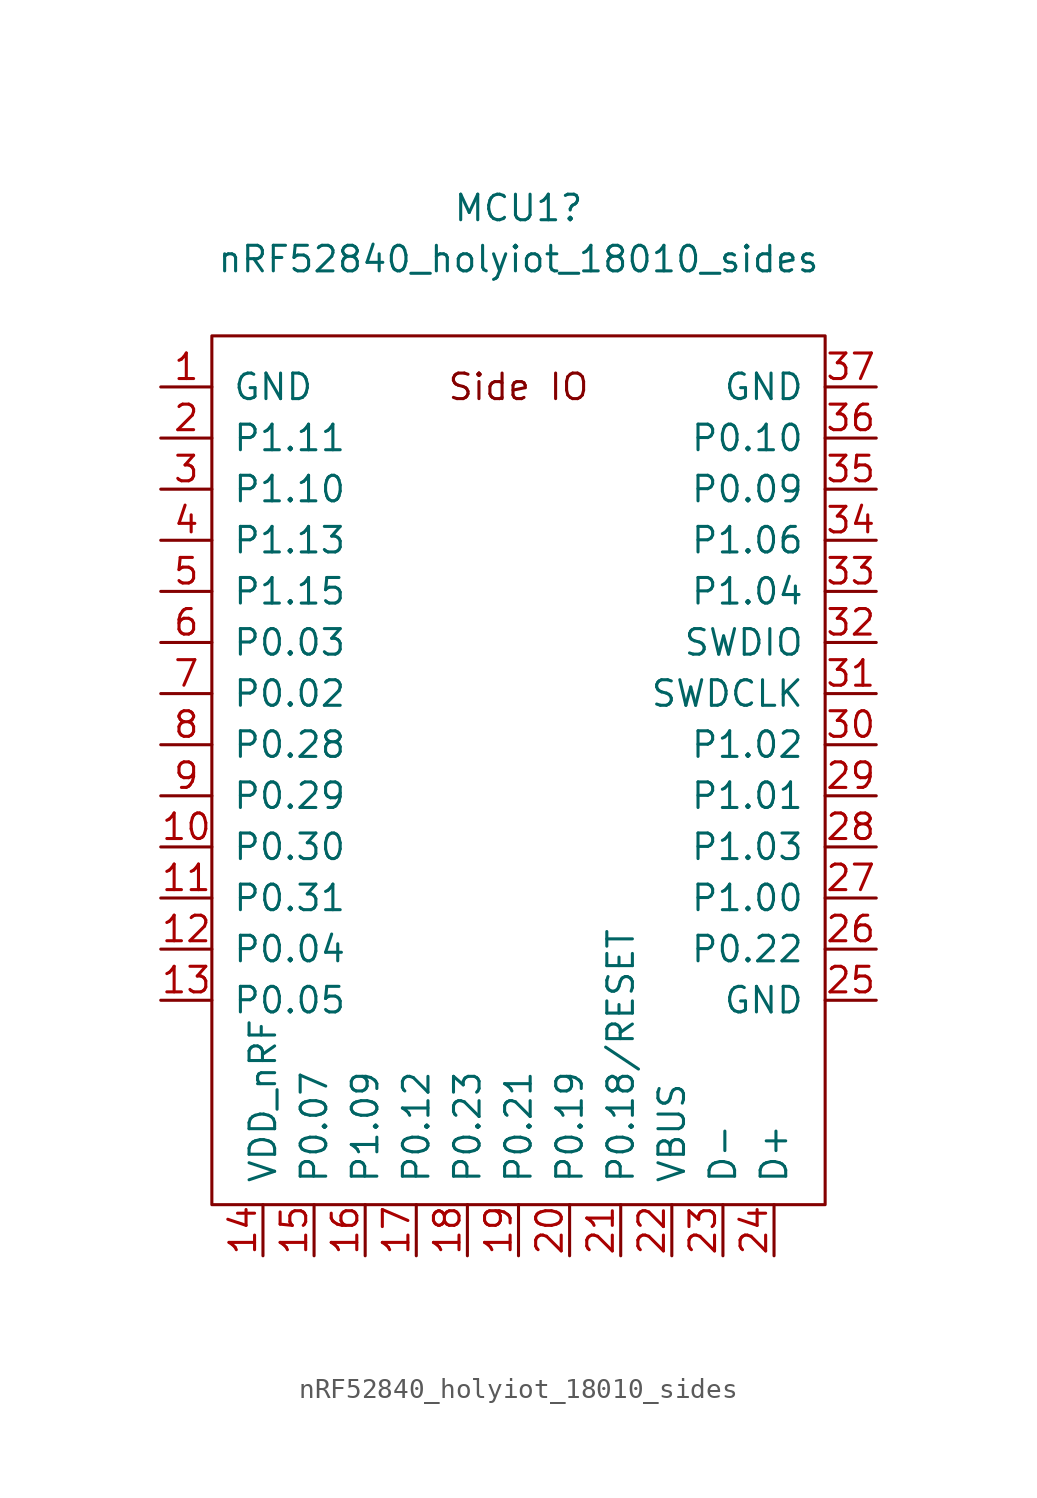
<source format=kicad_sym>
(kicad_symbol_lib
  (version 20220126)
  (generator kicad_symbol_editor)
  (symbol "nRF52840_holyiot_18010_sides"
    (pin_names
      (offset 1.016))
    (property "Reference" "MCU1"
      (at 0 15.24 0)
      (effects (font (size 1.27 1.27))))
    (property "Value" "nRF52840_holyiot_18010_sides"
      (at 0 12.7 0)
      (effects (font (size 1.27 1.27))))
    (symbol "nRF52840_holyiot_18010_sides_0_0"
      (rectangle (start -15.24 8.89) (end 15.24 -34.29) (stroke (width 0) (type default)) (fill (type none)))
      (text "Side IO" (at 0 6.35 0) (effects (font (size 1.27 1.27)))))
    (symbol "nRF52840_holyiot_18010_sides_1_1"
      (pin power_in line (at -17.78 6.35 0) (length 2.54) (name "GND" (effects (font (size 1.27 1.27)))) (number "1" (effects (font (size 1.27 1.27)))))
      (pin bidirectional line (at -17.78 -16.51 0) (length 2.54) (name "P0.30" (effects (font (size 1.27 1.27)))) (number "10" (effects (font (size 1.27 1.27)))))
      (pin bidirectional line (at -17.78 -19.05 0) (length 2.54) (name "P0.31" (effects (font (size 1.27 1.27)))) (number "11" (effects (font (size 1.27 1.27)))))
      (pin bidirectional line (at -17.78 -21.59 0) (length 2.54) (name "P0.04" (effects (font (size 1.27 1.27)))) (number "12" (effects (font (size 1.27 1.27)))))
      (pin bidirectional line (at -17.78 -24.13 0) (length 2.54) (name "P0.05" (effects (font (size 1.27 1.27)))) (number "13" (effects (font (size 1.27 1.27)))))
      (pin power_in line (at -12.7 -36.83 90) (length 2.54) (name "VDD_nRF" (effects (font (size 1.27 1.27)))) (number "14" (effects (font (size 1.27 1.27)))))
      (pin bidirectional line (at -10.16 -36.83 90) (length 2.54) (name "P0.07" (effects (font (size 1.27 1.27)))) (number "15" (effects (font (size 1.27 1.27)))))
      (pin bidirectional line (at -7.62 -36.83 90) (length 2.54) (name "P1.09" (effects (font (size 1.27 1.27)))) (number "16" (effects (font (size 1.27 1.27)))))
      (pin bidirectional line (at -5.08 -36.83 90) (length 2.54) (name "P0.12" (effects (font (size 1.27 1.27)))) (number "17" (effects (font (size 1.27 1.27)))))
      (pin bidirectional line (at -2.54 -36.83 90) (length 2.54) (name "P0.23" (effects (font (size 1.27 1.27)))) (number "18" (effects (font (size 1.27 1.27)))))
      (pin bidirectional line (at 0 -36.83 90) (length 2.54) (name "P0.21" (effects (font (size 1.27 1.27)))) (number "19" (effects (font (size 1.27 1.27)))))
      (pin bidirectional line (at -17.78 3.81 0) (length 2.54) (name "P1.11" (effects (font (size 1.27 1.27)))) (number "2" (effects (font (size 1.27 1.27)))))
      (pin bidirectional line (at 2.54 -36.83 90) (length 2.54) (name "P0.19" (effects (font (size 1.27 1.27)))) (number "20" (effects (font (size 1.27 1.27)))))
      (pin input line (at 5.08 -36.83 90) (length 2.54) (name "P0.18/RESET" (effects (font (size 1.27 1.27)))) (number "21" (effects (font (size 1.27 1.27)))))
      (pin power_in line (at 7.62 -36.83 90) (length 2.54) (name "VBUS" (effects (font (size 1.27 1.27)))) (number "22" (effects (font (size 1.27 1.27)))))
      (pin bidirectional line (at 10.16 -36.83 90) (length 2.54) (name "D-" (effects (font (size 1.27 1.27)))) (number "23" (effects (font (size 1.27 1.27)))))
      (pin bidirectional line (at 12.7 -36.83 90) (length 2.54) (name "D+" (effects (font (size 1.27 1.27)))) (number "24" (effects (font (size 1.27 1.27)))))
      (pin power_in line (at 17.78 -24.13 180) (length 2.54) (name "GND" (effects (font (size 1.27 1.27)))) (number "25" (effects (font (size 1.27 1.27)))))
      (pin bidirectional line (at 17.78 -21.59 180) (length 2.54) (name "P0.22" (effects (font (size 1.27 1.27)))) (number "26" (effects (font (size 1.27 1.27)))))
      (pin bidirectional line (at 17.78 -19.05 180) (length 2.54) (name "P1.00" (effects (font (size 1.27 1.27)))) (number "27" (effects (font (size 1.27 1.27)))))
      (pin bidirectional line (at 17.78 -16.51 180) (length 2.54) (name "P1.03" (effects (font (size 1.27 1.27)))) (number "28" (effects (font (size 1.27 1.27)))))
      (pin bidirectional line (at 17.78 -13.97 180) (length 2.54) (name "P1.01" (effects (font (size 1.27 1.27)))) (number "29" (effects (font (size 1.27 1.27)))))
      (pin bidirectional line (at -17.78 1.27 0) (length 2.54) (name "P1.10" (effects (font (size 1.27 1.27)))) (number "3" (effects (font (size 1.27 1.27)))))
      (pin bidirectional line (at 17.78 -11.43 180) (length 2.54) (name "P1.02" (effects (font (size 1.27 1.27)))) (number "30" (effects (font (size 1.27 1.27)))))
      (pin bidirectional line (at 17.78 -8.89 180) (length 2.54) (name "SWDCLK" (effects (font (size 1.27 1.27)))) (number "31" (effects (font (size 1.27 1.27)))))
      (pin bidirectional line (at 17.78 -6.35 180) (length 2.54) (name "SWDIO" (effects (font (size 1.27 1.27)))) (number "32" (effects (font (size 1.27 1.27)))))
      (pin bidirectional line (at 17.78 -3.81 180) (length 2.54) (name "P1.04" (effects (font (size 1.27 1.27)))) (number "33" (effects (font (size 1.27 1.27)))))
      (pin bidirectional line (at 17.78 -1.27 180) (length 2.54) (name "P1.06" (effects (font (size 1.27 1.27)))) (number "34" (effects (font (size 1.27 1.27)))))
      (pin bidirectional line (at 17.78 1.27 180) (length 2.54) (name "P0.09" (effects (font (size 1.27 1.27)))) (number "35" (effects (font (size 1.27 1.27)))))
      (pin bidirectional line (at 17.78 3.81 180) (length 2.54) (name "P0.10" (effects (font (size 1.27 1.27)))) (number "36" (effects (font (size 1.27 1.27)))))
      (pin power_in line (at 17.78 6.35 180) (length 2.54) (name "GND" (effects (font (size 1.27 1.27)))) (number "37" (effects (font (size 1.27 1.27)))))
      (pin bidirectional line (at -17.78 -1.27 0) (length 2.54) (name "P1.13" (effects (font (size 1.27 1.27)))) (number "4" (effects (font (size 1.27 1.27)))))
      (pin bidirectional line (at -17.78 -3.81 0) (length 2.54) (name "P1.15" (effects (font (size 1.27 1.27)))) (number "5" (effects (font (size 1.27 1.27)))))
      (pin bidirectional line (at -17.78 -6.35 0) (length 2.54) (name "P0.03" (effects (font (size 1.27 1.27)))) (number "6" (effects (font (size 1.27 1.27)))))
      (pin bidirectional line (at -17.78 -8.89 0) (length 2.54) (name "P0.02" (effects (font (size 1.27 1.27)))) (number "7" (effects (font (size 1.27 1.27)))))
      (pin bidirectional line (at -17.78 -11.43 0) (length 2.54) (name "P0.28" (effects (font (size 1.27 1.27)))) (number "8" (effects (font (size 1.27 1.27)))))
      (pin bidirectional line (at -17.78 -13.97 0) (length 2.54) (name "P0.29" (effects (font (size 1.27 1.27)))) (number "9" (effects (font (size 1.27 1.27))))))))
</source>
